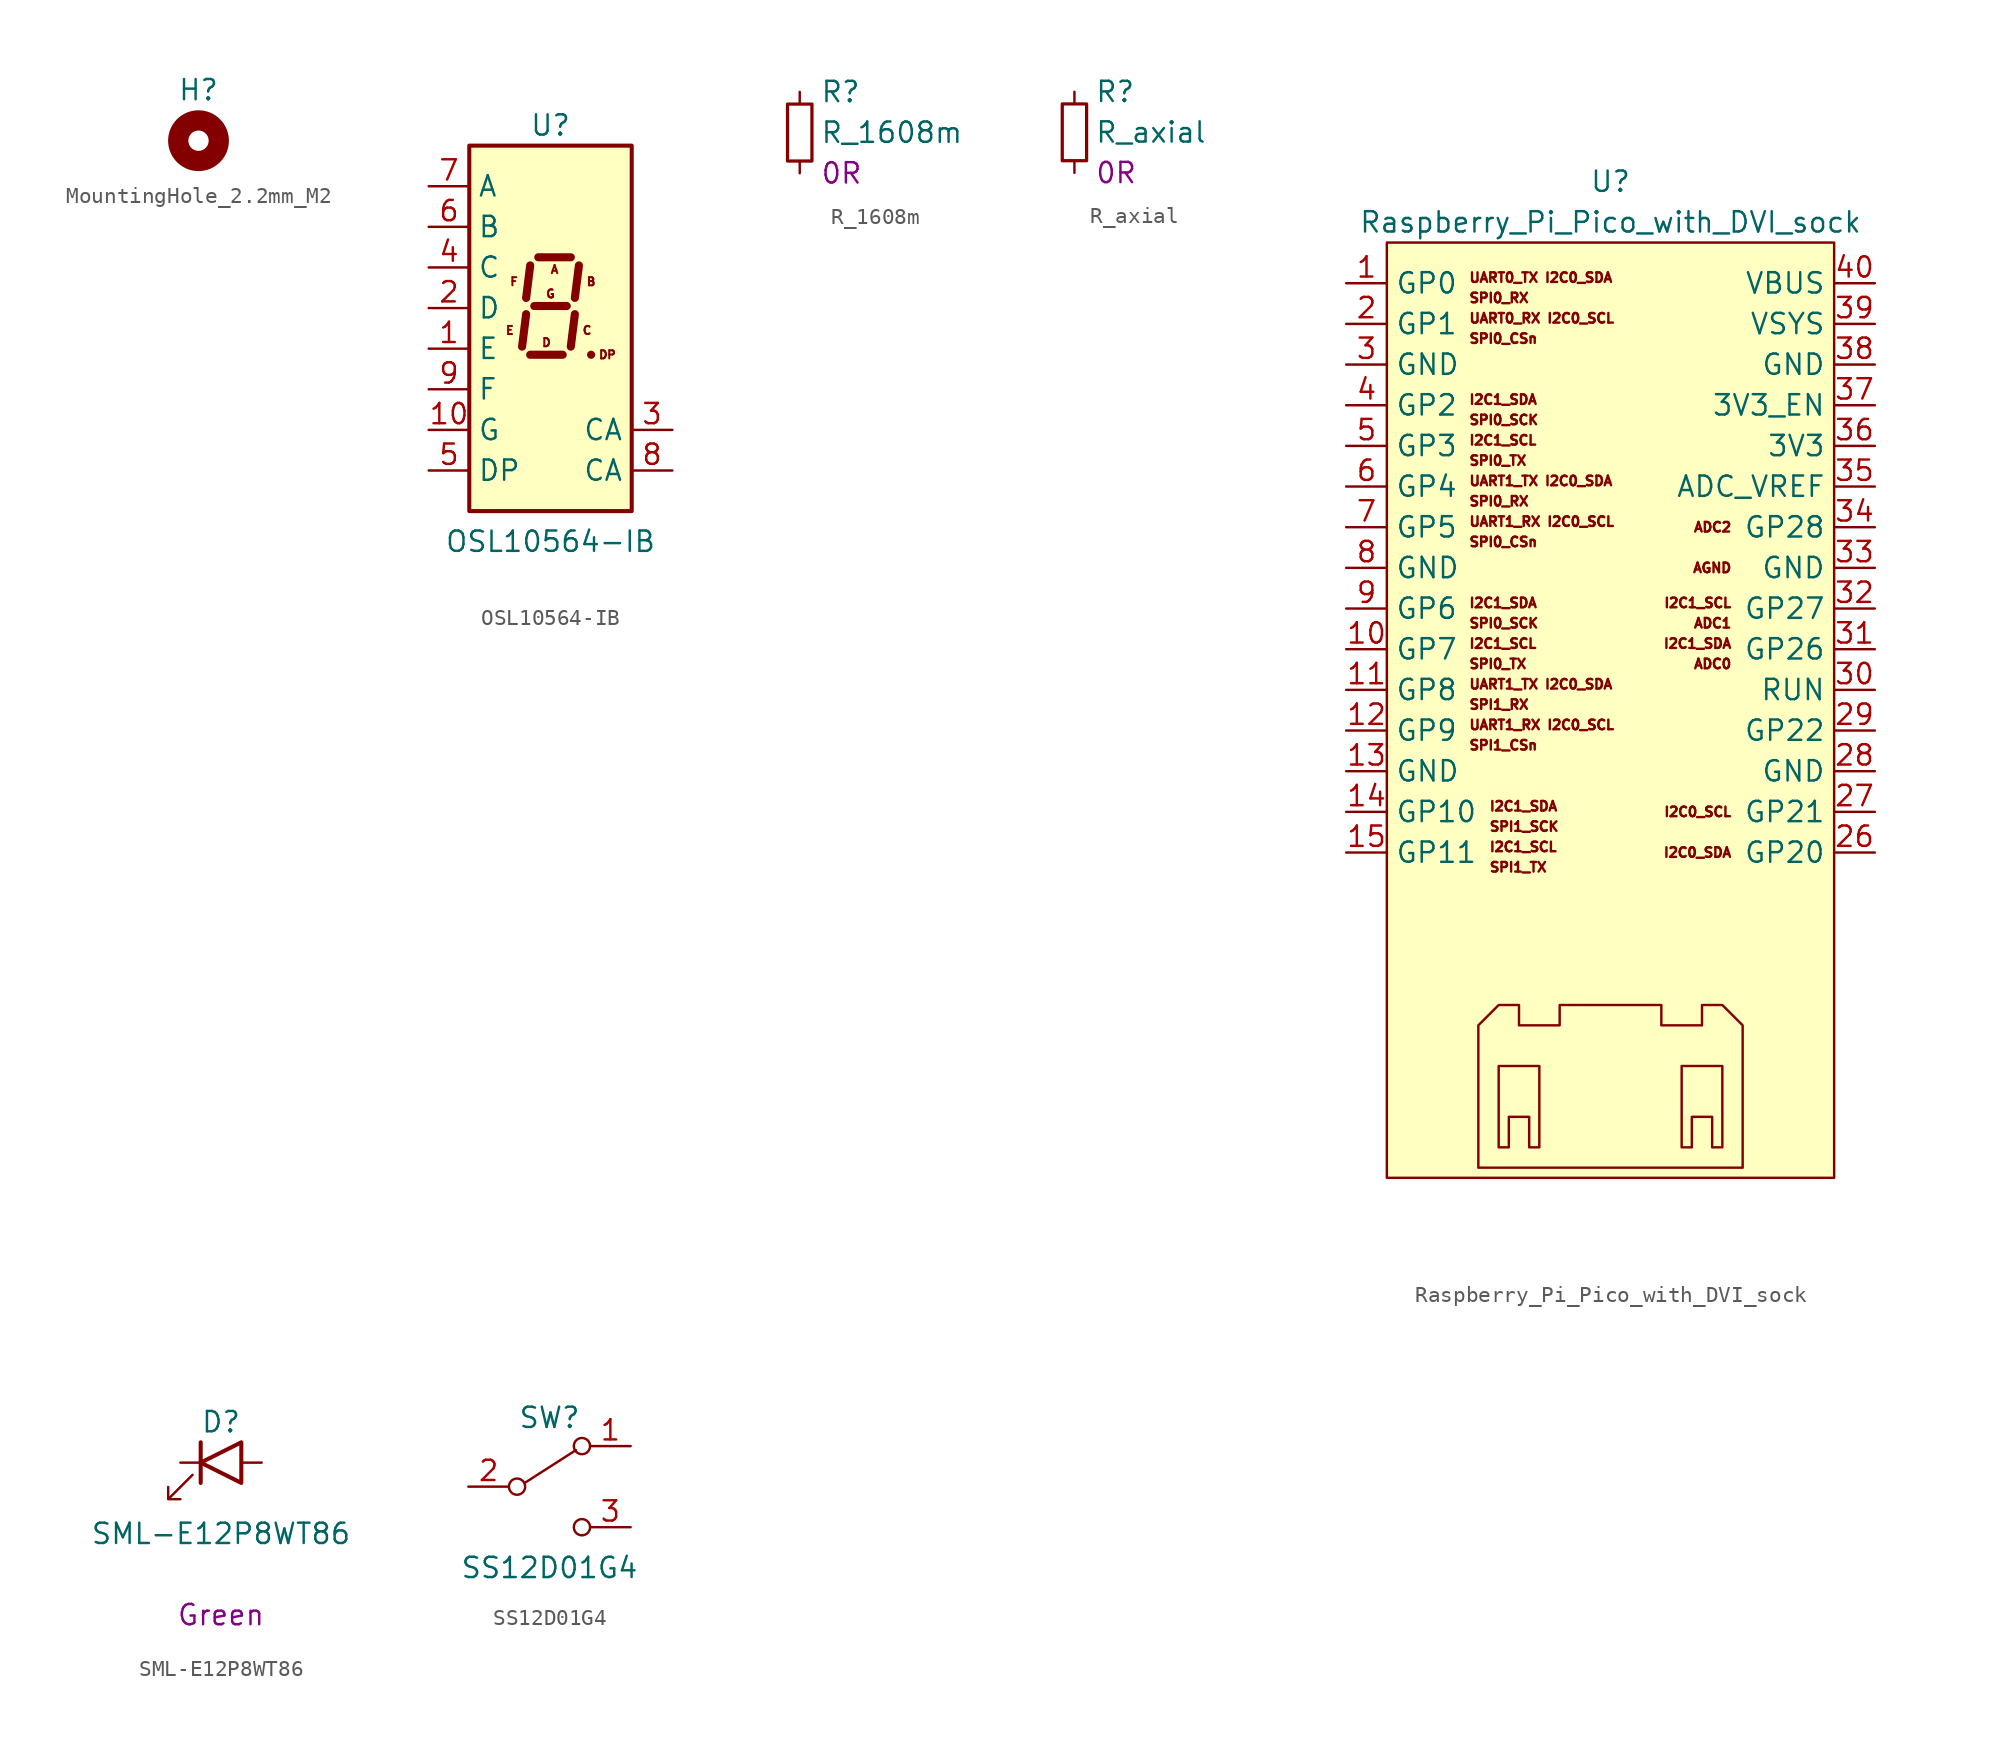
<source format=kicad_sym>
(kicad_symbol_lib
  (version 20211014)
  (generator kicad_symbol_editor)
  (symbol "MountingHole_2.2mm_M2"
    (pin_names
      (offset 1.016))
    (property "Reference" "H"
      (at 0 3.175 0)
      (effects (font (size 1.27 1.27))))
    (symbol "MountingHole_2.2mm_M2_0_1"
      (circle (center 0 0) (radius 1.27) (stroke (width 1.27) (type default) (color 0 0 0 0)) (fill (type none)))))
  (symbol "OSL10564-IB"
    (property "Reference" "U"
      (at 0 12.7 0)
      (effects (font (size 1.27 1.27))))
    (property "Value" "OSL10564-IB"
      (at 0 -13.335 0)
      (effects (font (size 1.27 1.27))))
    (symbol "OSL10564-IB_1_0"
      (text "A" (at 0.254 3.683 0) (effects (font (size 0.508 0.508))))
      (text "B" (at 2.54 2.921 0) (effects (font (size 0.508 0.508))))
      (text "C" (at 2.286 -0.127 0) (effects (font (size 0.508 0.508))))
      (text "D" (at -0.254 -0.889 0) (effects (font (size 0.508 0.508))))
      (text "DP" (at 3.556 -1.651 0) (effects (font (size 0.508 0.508))))
      (text "E" (at -2.54 -0.127 0) (effects (font (size 0.508 0.508))))
      (text "F" (at -2.286 2.921 0) (effects (font (size 0.508 0.508))))
      (text "G" (at 0 2.159 0) (effects (font (size 0.508 0.508)))))
    (symbol "OSL10564-IB_1_1"
      (rectangle (start -5.08 11.43) (end 5.08 -11.43) (stroke (width 0.254) (type default) (color 0 0 0 0)) (fill (type background)))
      (polyline (pts (xy -1.524 0.889) (xy -1.778 -1.143)) (stroke (width 0.508) (type default) (color 0 0 0 0)) (fill (type none)))
      (polyline (pts (xy -1.27 -1.651) (xy 0.762 -1.651)) (stroke (width 0.508) (type default) (color 0 0 0 0)) (fill (type none)))
      (polyline (pts (xy -1.27 3.937) (xy -1.524 1.905)) (stroke (width 0.508) (type default) (color 0 0 0 0)) (fill (type none)))
      (polyline (pts (xy -1.016 1.397) (xy 1.016 1.397)) (stroke (width 0.508) (type default) (color 0 0 0 0)) (fill (type none)))
      (polyline (pts (xy -0.762 4.445) (xy 1.27 4.445)) (stroke (width 0.508) (type default) (color 0 0 0 0)) (fill (type none)))
      (polyline (pts (xy 1.524 0.889) (xy 1.27 -1.143)) (stroke (width 0.508) (type default) (color 0 0 0 0)) (fill (type none)))
      (polyline (pts (xy 1.778 3.937) (xy 1.524 1.905)) (stroke (width 0.508) (type default) (color 0 0 0 0)) (fill (type none)))
      (polyline (pts (xy 2.54 -1.651) (xy 2.54 -1.651)) (stroke (width 0.508) (type default) (color 0 0 0 0)) (fill (type none)))
      (pin input line (at -7.62 -1.27 0) (length 2.54) (name "E" (effects (font (size 1.27 1.27)))) (number "1" (effects (font (size 1.27 1.27)))))
      (pin input line (at -7.62 -6.35 0) (length 2.54) (name "G" (effects (font (size 1.27 1.27)))) (number "10" (effects (font (size 1.27 1.27)))))
      (pin input line (at -7.62 1.27 0) (length 2.54) (name "D" (effects (font (size 1.27 1.27)))) (number "2" (effects (font (size 1.27 1.27)))))
      (pin input line (at 7.62 -6.35 180) (length 2.54) (name "CA" (effects (font (size 1.27 1.27)))) (number "3" (effects (font (size 1.27 1.27)))))
      (pin input line (at -7.62 3.81 0) (length 2.54) (name "C" (effects (font (size 1.27 1.27)))) (number "4" (effects (font (size 1.27 1.27)))))
      (pin input line (at -7.62 -8.89 0) (length 2.54) (name "DP" (effects (font (size 1.27 1.27)))) (number "5" (effects (font (size 1.27 1.27)))))
      (pin input line (at -7.62 6.35 0) (length 2.54) (name "B" (effects (font (size 1.27 1.27)))) (number "6" (effects (font (size 1.27 1.27)))))
      (pin input line (at -7.62 8.89 0) (length 2.54) (name "A" (effects (font (size 1.27 1.27)))) (number "7" (effects (font (size 1.27 1.27)))))
      (pin input line (at 7.62 -8.89 180) (length 2.54) (name "CA" (effects (font (size 1.27 1.27)))) (number "8" (effects (font (size 1.27 1.27)))))
      (pin input line (at -7.62 -3.81 0) (length 2.54) (name "F" (effects (font (size 1.27 1.27)))) (number "9" (effects (font (size 1.27 1.27)))))))
  (symbol "R_1608m"
    (pin_numbers hide)
    (pin_names
      (offset 0.254) hide)
    (property "Reference" "R"
      (at 1.27 2.54 0)
      (effects (font (size 1.27 1.27)) (justify left)))
    (property "Value" "R_1608m"
      (at 1.27 0 0)
      (effects (font (size 1.27 1.27)) (justify left)))
    (property "Param" "0R"
      (at 1.27 -2.54 0)
      (effects (font (size 1.27 1.27)) (justify left)))
    (symbol "R_1608m_0_1"
      (rectangle (start -0.762 1.778) (end 0.762 -1.778) (stroke (width 0.203) (type default) (color 0 0 0 0)) (fill (type none))))
    (symbol "R_1608m_1_1"
      (pin passive line (at 0 2.54 270) (length 0.762) (name "~" (effects (font (size 1.27 1.27)))) (number "1" (effects (font (size 1.27 1.27)))))
      (pin passive line (at 0 -2.54 90) (length 0.762) (name "~" (effects (font (size 1.27 1.27)))) (number "2" (effects (font (size 1.27 1.27)))))))
  (symbol "R_axial"
    (pin_numbers hide)
    (pin_names
      (offset 0.254) hide)
    (property "Reference" "R"
      (at 1.27 2.54 0)
      (effects (font (size 1.27 1.27)) (justify left)))
    (property "Value" "R_axial"
      (at 1.27 0 0)
      (effects (font (size 1.27 1.27)) (justify left)))
    (property "Param" "0R"
      (at 1.27 -2.54 0)
      (effects (font (size 1.27 1.27)) (justify left)))
    (symbol "R_axial_0_1"
      (rectangle (start -0.762 1.778) (end 0.762 -1.778) (stroke (width 0.203) (type default) (color 0 0 0 0)) (fill (type none))))
    (symbol "R_axial_1_1"
      (pin passive line (at 0 2.54 270) (length 0.762) (name "~" (effects (font (size 1.27 1.27)))) (number "1" (effects (font (size 1.27 1.27)))))
      (pin passive line (at 0 -2.54 90) (length 0.762) (name "~" (effects (font (size 1.27 1.27)))) (number "2" (effects (font (size 1.27 1.27)))))))
  (symbol "Raspberry_Pi_Pico_with_DVI_sock"
    (property "Reference" "U"
      (at 13.97 6.35 0)
      (effects (font (size 1.27 1.27))))
    (property "Value" "Raspberry_Pi_Pico_with_DVI_sock"
      (at 13.97 3.81 0)
      (effects (font (size 1.27 1.27))))
    (symbol "Raspberry_Pi_Pico_with_DVI_sock_0_0"
      (text "ADC0" (at 21.59 -24.13 0) (effects (font (size 0.6 0.6)) (justify right bottom)))
      (text "ADC1" (at 21.59 -21.59 0) (effects (font (size 0.6 0.6)) (justify right bottom)))
      (text "ADC2" (at 21.59 -15.24 0) (effects (font (size 0.6 0.6)) (justify right)))
      (text "AGND" (at 21.59 -17.78 0) (effects (font (size 0.6 0.6)) (justify right)))
      (text "I2C0_SCL" (at 21.59 -33.02 0) (effects (font (size 0.6 0.6)) (justify right)))
      (text "I2C0_SDA" (at 21.59 -35.56 0) (effects (font (size 0.6 0.6)) (justify right)))
      (text "I2C1_SCL" (at 5.08 -22.86 0) (effects (font (size 0.6 0.6)) (justify left bottom)))
      (text "I2C1_SCL" (at 5.08 -10.16 0) (effects (font (size 0.6 0.6)) (justify left bottom)))
      (text "I2C1_SCL" (at 6.35 -35.56 0) (effects (font (size 0.6 0.6)) (justify left bottom)))
      (text "I2C1_SCL" (at 21.59 -20.32 0) (effects (font (size 0.6 0.6)) (justify right bottom)))
      (text "I2C1_SDA" (at 5.08 -20.32 0) (effects (font (size 0.6 0.6)) (justify left bottom)))
      (text "I2C1_SDA" (at 5.08 -7.62 0) (effects (font (size 0.6 0.6)) (justify left bottom)))
      (text "I2C1_SDA" (at 6.35 -33.02 0) (effects (font (size 0.6 0.6)) (justify left bottom)))
      (text "I2C1_SDA" (at 21.59 -22.86 0) (effects (font (size 0.6 0.6)) (justify right bottom)))
      (text "SPI0_CSn" (at 5.08 -16.51 0) (effects (font (size 0.6 0.6)) (justify left bottom)))
      (text "SPI0_CSn" (at 5.08 -3.81 0) (effects (font (size 0.6 0.6)) (justify left bottom)))
      (text "SPI0_RX" (at 5.08 -13.97 0) (effects (font (size 0.6 0.6)) (justify left bottom)))
      (text "SPI0_RX" (at 5.08 -1.27 0) (effects (font (size 0.6 0.6)) (justify left bottom)))
      (text "SPI0_SCK" (at 5.08 -21.59 0) (effects (font (size 0.6 0.6)) (justify left bottom)))
      (text "SPI0_SCK" (at 5.08 -8.89 0) (effects (font (size 0.6 0.6)) (justify left bottom)))
      (text "SPI0_TX" (at 5.08 -24.13 0) (effects (font (size 0.6 0.6)) (justify left bottom)))
      (text "SPI0_TX" (at 5.08 -11.43 0) (effects (font (size 0.6 0.6)) (justify left bottom)))
      (text "SPI1_CSn" (at 5.08 -29.21 0) (effects (font (size 0.6 0.6)) (justify left bottom)))
      (text "SPI1_RX" (at 5.08 -26.67 0) (effects (font (size 0.6 0.6)) (justify left bottom)))
      (text "SPI1_SCK" (at 6.35 -34.29 0) (effects (font (size 0.6 0.6)) (justify left bottom)))
      (text "SPI1_TX" (at 6.35 -36.83 0) (effects (font (size 0.6 0.6)) (justify left bottom)))
      (text "UART0_RX I2C0_SCL" (at 5.08 -2.54 0) (effects (font (size 0.6 0.6)) (justify left bottom)))
      (text "UART0_TX I2C0_SDA" (at 5.08 0 0) (effects (font (size 0.6 0.6)) (justify left bottom)))
      (text "UART1_RX I2C0_SCL" (at 5.08 -27.94 0) (effects (font (size 0.6 0.6)) (justify left bottom)))
      (text "UART1_RX I2C0_SCL" (at 5.08 -15.24 0) (effects (font (size 0.6 0.6)) (justify left bottom)))
      (text "UART1_TX I2C0_SDA" (at 5.08 -25.4 0) (effects (font (size 0.6 0.6)) (justify left bottom)))
      (text "UART1_TX I2C0_SDA" (at 5.08 -12.7 0) (effects (font (size 0.6 0.6)) (justify left bottom))))
    (symbol "Raspberry_Pi_Pico_with_DVI_sock_0_1"
      (polyline (pts (xy 6.985 -48.895) (xy 6.985 -53.975) (xy 7.62 -53.975) (xy 7.62 -52.07) (xy 8.89 -52.07) (xy 8.89 -53.975) (xy 9.525 -53.975) (xy 9.525 -48.895) (xy 6.985 -48.895)) (stroke (width 0) (type default) (color 0 0 0 0)) (fill (type none)))
      (polyline (pts (xy 18.415 -48.895) (xy 18.415 -53.975) (xy 19.05 -53.975) (xy 19.05 -52.07) (xy 20.32 -52.07) (xy 20.32 -53.975) (xy 20.955 -53.975) (xy 20.955 -48.895) (xy 18.415 -48.895)) (stroke (width 0) (type default) (color 0 0 0 0)) (fill (type none)))
      (polyline (pts (xy 22.225 -55.245) (xy 5.715 -55.245) (xy 5.715 -46.355) (xy 6.985 -45.085) (xy 8.255 -45.085) (xy 8.255 -46.355) (xy 10.795 -46.355) (xy 10.795 -45.085) (xy 17.145 -45.085) (xy 17.145 -46.355) (xy 19.685 -46.355) (xy 19.685 -45.085) (xy 20.955 -45.085) (xy 22.225 -46.355) (xy 22.225 -55.245)) (stroke (width 0) (type default) (color 0 0 0 0)) (fill (type none)))
      (rectangle (start 0 2.54) (end 27.94 -55.88) (stroke (width 0) (type default) (color 0 0 0 0)) (fill (type background))))
    (symbol "Raspberry_Pi_Pico_with_DVI_sock_1_1"
      (pin passive line (at -2.54 0 0) (length 2.54) (name "GP0" (effects (font (size 1.27 1.27)))) (number "1" (effects (font (size 1.27 1.27)))))
      (pin passive line (at -2.54 -22.86 0) (length 2.54) (name "GP7" (effects (font (size 1.27 1.27)))) (number "10" (effects (font (size 1.27 1.27)))))
      (pin passive line (at -2.54 -25.4 0) (length 2.54) (name "GP8" (effects (font (size 1.27 1.27)))) (number "11" (effects (font (size 1.27 1.27)))))
      (pin passive line (at -2.54 -27.94 0) (length 2.54) (name "GP9" (effects (font (size 1.27 1.27)))) (number "12" (effects (font (size 1.27 1.27)))))
      (pin power_in line (at -2.54 -30.48 0) (length 2.54) (name "GND" (effects (font (size 1.27 1.27)))) (number "13" (effects (font (size 1.27 1.27)))))
      (pin passive line (at -2.54 -33.02 0) (length 2.54) (name "GP10" (effects (font (size 1.27 1.27)))) (number "14" (effects (font (size 1.27 1.27)))))
      (pin passive line (at -2.54 -35.56 0) (length 2.54) (name "GP11" (effects (font (size 1.27 1.27)))) (number "15" (effects (font (size 1.27 1.27)))))
      (pin passive line (at -2.54 -2.54 0) (length 2.54) (name "GP1" (effects (font (size 1.27 1.27)))) (number "2" (effects (font (size 1.27 1.27)))))
      (pin passive line (at 30.48 -35.56 180) (length 2.54) (name "GP20" (effects (font (size 1.27 1.27)))) (number "26" (effects (font (size 1.27 1.27)))))
      (pin passive line (at 30.48 -33.02 180) (length 2.54) (name "GP21" (effects (font (size 1.27 1.27)))) (number "27" (effects (font (size 1.27 1.27)))))
      (pin power_in line (at 30.48 -30.48 180) (length 2.54) (name "GND" (effects (font (size 1.27 1.27)))) (number "28" (effects (font (size 1.27 1.27)))))
      (pin passive line (at 30.48 -27.94 180) (length 2.54) (name "GP22" (effects (font (size 1.27 1.27)))) (number "29" (effects (font (size 1.27 1.27)))))
      (pin power_in line (at -2.54 -5.08 0) (length 2.54) (name "GND" (effects (font (size 1.27 1.27)))) (number "3" (effects (font (size 1.27 1.27)))))
      (pin passive line (at 30.48 -25.4 180) (length 2.54) (name "RUN" (effects (font (size 1.27 1.27)))) (number "30" (effects (font (size 1.27 1.27)))))
      (pin passive line (at 30.48 -22.86 180) (length 2.54) (name "GP26" (effects (font (size 1.27 1.27)))) (number "31" (effects (font (size 1.27 1.27)))))
      (pin passive line (at 30.48 -20.32 180) (length 2.54) (name "GP27" (effects (font (size 1.27 1.27)))) (number "32" (effects (font (size 1.27 1.27)))))
      (pin power_in line (at 30.48 -17.78 180) (length 2.54) (name "GND" (effects (font (size 1.27 1.27)))) (number "33" (effects (font (size 1.27 1.27)))))
      (pin passive line (at 30.48 -15.24 180) (length 2.54) (name "GP28" (effects (font (size 1.27 1.27)))) (number "34" (effects (font (size 1.27 1.27)))))
      (pin passive line (at 30.48 -12.7 180) (length 2.54) (name "ADC_VREF" (effects (font (size 1.27 1.27)))) (number "35" (effects (font (size 1.27 1.27)))))
      (pin power_out line (at 30.48 -10.16 180) (length 2.54) (name "3V3" (effects (font (size 1.27 1.27)))) (number "36" (effects (font (size 1.27 1.27)))))
      (pin passive line (at 30.48 -7.62 180) (length 2.54) (name "3V3_EN" (effects (font (size 1.27 1.27)))) (number "37" (effects (font (size 1.27 1.27)))))
      (pin power_in line (at 30.48 -5.08 180) (length 2.54) (name "GND" (effects (font (size 1.27 1.27)))) (number "38" (effects (font (size 1.27 1.27)))))
      (pin power_in line (at 30.48 -2.54 180) (length 2.54) (name "VSYS" (effects (font (size 1.27 1.27)))) (number "39" (effects (font (size 1.27 1.27)))))
      (pin passive line (at -2.54 -7.62 0) (length 2.54) (name "GP2" (effects (font (size 1.27 1.27)))) (number "4" (effects (font (size 1.27 1.27)))))
      (pin power_out line (at 30.48 0 180) (length 2.54) (name "VBUS" (effects (font (size 1.27 1.27)))) (number "40" (effects (font (size 1.27 1.27)))))
      (pin passive line (at -2.54 -10.16 0) (length 2.54) (name "GP3" (effects (font (size 1.27 1.27)))) (number "5" (effects (font (size 1.27 1.27)))))
      (pin passive line (at -2.54 -12.7 0) (length 2.54) (name "GP4" (effects (font (size 1.27 1.27)))) (number "6" (effects (font (size 1.27 1.27)))))
      (pin passive line (at -2.54 -15.24 0) (length 2.54) (name "GP5" (effects (font (size 1.27 1.27)))) (number "7" (effects (font (size 1.27 1.27)))))
      (pin power_in line (at -2.54 -17.78 0) (length 2.54) (name "GND" (effects (font (size 1.27 1.27)))) (number "8" (effects (font (size 1.27 1.27)))))
      (pin passive line (at -2.54 -20.32 0) (length 2.54) (name "GP6" (effects (font (size 1.27 1.27)))) (number "9" (effects (font (size 1.27 1.27)))))))
  (symbol "SML-E12P8WT86"
    (pin_numbers hide)
    (pin_names
      (offset 1.016) hide)
    (property "Reference" "D"
      (at 0 2.54 0)
      (effects (font (size 1.27 1.27))))
    (property "Value" "SML-E12P8WT86"
      (at 0 -4.445 0)
      (effects (font (size 1.27 1.27))))
    (property "Param" "Green"
      (at 0 -9.525 0)
      (effects (font (size 1.27 1.27))))
    (symbol "SML-E12P8WT86_0_1"
      (polyline (pts (xy -1.27 -1.27) (xy -1.27 1.27)) (stroke (width 0.254) (type default) (color 0 0 0 0)) (fill (type none)))
      (polyline (pts (xy 1.27 -1.27) (xy 1.27 1.27) (xy -1.27 0) (xy 1.27 -1.27)) (stroke (width 0.254) (type default) (color 0 0 0 0)) (fill (type none)))
      (polyline (pts (xy -1.778 -0.762) (xy -3.302 -2.286) (xy -2.54 -2.286) (xy -3.302 -2.286) (xy -3.302 -1.524)) (stroke (width 0) (type default) (color 0 0 0 0)) (fill (type none))))
    (symbol "SML-E12P8WT86_1_1"
      (pin passive line (at -2.54 0 0) (length 1.27) (name "K" (effects (font (size 1.27 1.27)))) (number "1" (effects (font (size 1.27 1.27)))))
      (pin passive line (at 2.54 0 180) (length 1.27) (name "A" (effects (font (size 1.27 1.27)))) (number "2" (effects (font (size 1.27 1.27)))))))
  (symbol "SS12D01G4"
    (pin_names
      (offset 0) hide)
    (property "Reference" "SW"
      (at 0 4.318 0)
      (effects (font (size 1.27 1.27))))
    (property "Value" "SS12D01G4"
      (at 0 -5.08 0)
      (effects (font (size 1.27 1.27))))
    (symbol "SS12D01G4_0_0"
      (circle (center -2.032 0) (radius 0.508) (stroke (width 0) (type default) (color 0 0 0 0)) (fill (type none)))
      (circle (center 2.032 -2.54) (radius 0.508) (stroke (width 0) (type default) (color 0 0 0 0)) (fill (type none))))
    (symbol "SS12D01G4_0_1"
      (polyline (pts (xy -1.524 0.254) (xy 1.651 2.286)) (stroke (width 0) (type default) (color 0 0 0 0)) (fill (type none)))
      (circle (center 2.032 2.54) (radius 0.508) (stroke (width 0) (type default) (color 0 0 0 0)) (fill (type none))))
    (symbol "SS12D01G4_1_1"
      (pin passive line (at 5.08 2.54 180) (length 2.54) (name "A" (effects (font (size 1.27 1.27)))) (number "1" (effects (font (size 1.27 1.27)))))
      (pin passive line (at -5.08 0 0) (length 2.54) (name "B" (effects (font (size 1.27 1.27)))) (number "2" (effects (font (size 1.27 1.27)))))
      (pin passive line (at 5.08 -2.54 180) (length 2.54) (name "C" (effects (font (size 1.27 1.27)))) (number "3" (effects (font (size 1.27 1.27))))))))
</source>
